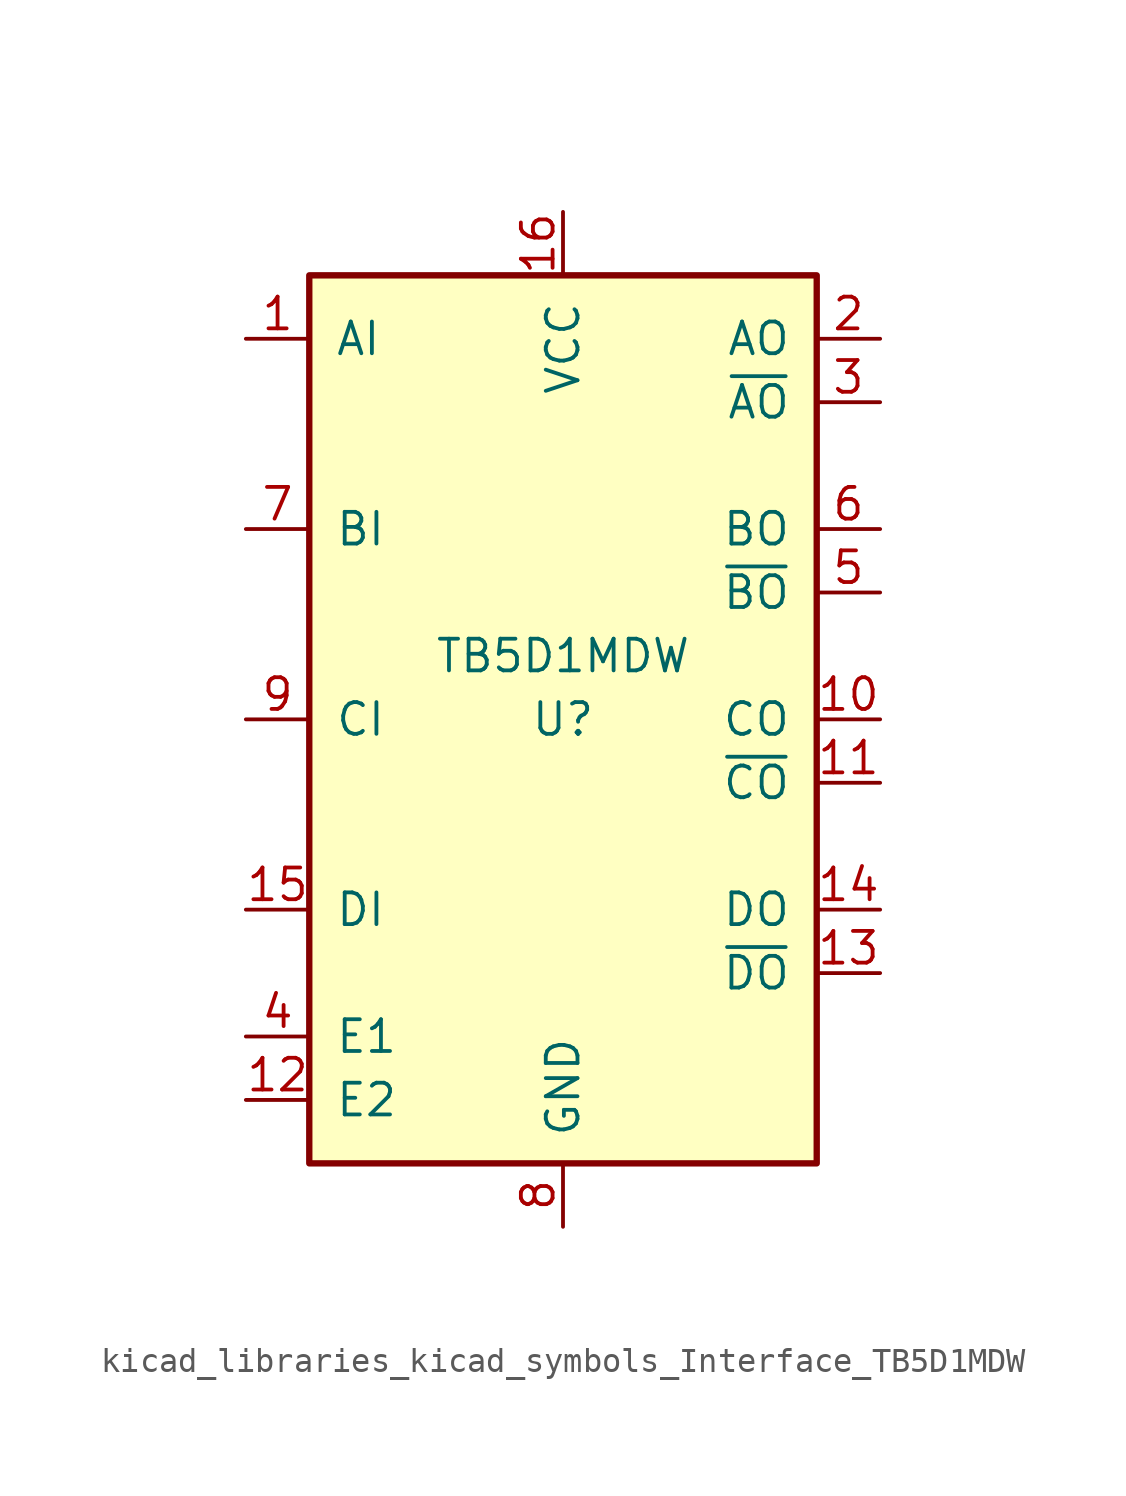
<source format=kicad_sym>
(kicad_symbol_lib
  (version 20220914)
  (generator kicad_symbol_editor)
  (symbol "kicad_libraries_kicad_symbols_Interface_TB5D1MDW"
    (pin_names
      (offset 1.016))
    (property "Reference" "U"
      (at 0 0 0)
      (effects (font (size 1.27 1.27))))
    (property "Value" "TB5D1MDW"
      (at 0 2.54 0)
      (effects (font (size 1.27 1.27))))
    (symbol "kicad_libraries_kicad_symbols_Interface_TB5D1MDW_0_1"
      (rectangle (start -10.16 -17.78) (end 10.16 17.78) (stroke (width 0.254) (type default)) (fill (type background))))
    (symbol "kicad_libraries_kicad_symbols_Interface_TB5D1MDW_1_1"
      (pin input line (at -12.7 15.24 0) (length 2.54) (name "AI" (effects (font (size 1.27 1.27)))) (number "1" (effects (font (size 1.27 1.27)))))
      (pin output line (at 12.7 0 180) (length 2.54) (name "CO" (effects (font (size 1.27 1.27)))) (number "10" (effects (font (size 1.27 1.27)))))
      (pin output line (at 12.7 -2.54 180) (length 2.54) (name "~{CO}" (effects (font (size 1.27 1.27)))) (number "11" (effects (font (size 1.27 1.27)))))
      (pin input line (at -12.7 -15.24 0) (length 2.54) (name "E2" (effects (font (size 1.27 1.27)))) (number "12" (effects (font (size 1.27 1.27)))))
      (pin output line (at 12.7 -10.16 180) (length 2.54) (name "~{DO}" (effects (font (size 1.27 1.27)))) (number "13" (effects (font (size 1.27 1.27)))))
      (pin output line (at 12.7 -7.62 180) (length 2.54) (name "DO" (effects (font (size 1.27 1.27)))) (number "14" (effects (font (size 1.27 1.27)))))
      (pin input line (at -12.7 -7.62 0) (length 2.54) (name "DI" (effects (font (size 1.27 1.27)))) (number "15" (effects (font (size 1.27 1.27)))))
      (pin power_in line (at 0 20.32 270) (length 2.54) (name "VCC" (effects (font (size 1.27 1.27)))) (number "16" (effects (font (size 1.27 1.27)))))
      (pin output line (at 12.7 15.24 180) (length 2.54) (name "AO" (effects (font (size 1.27 1.27)))) (number "2" (effects (font (size 1.27 1.27)))))
      (pin output line (at 12.7 12.7 180) (length 2.54) (name "~{AO}" (effects (font (size 1.27 1.27)))) (number "3" (effects (font (size 1.27 1.27)))))
      (pin input line (at -12.7 -12.7 0) (length 2.54) (name "E1" (effects (font (size 1.27 1.27)))) (number "4" (effects (font (size 1.27 1.27)))))
      (pin output line (at 12.7 5.08 180) (length 2.54) (name "~{BO}" (effects (font (size 1.27 1.27)))) (number "5" (effects (font (size 1.27 1.27)))))
      (pin output line (at 12.7 7.62 180) (length 2.54) (name "BO" (effects (font (size 1.27 1.27)))) (number "6" (effects (font (size 1.27 1.27)))))
      (pin input line (at -12.7 7.62 0) (length 2.54) (name "BI" (effects (font (size 1.27 1.27)))) (number "7" (effects (font (size 1.27 1.27)))))
      (pin power_in line (at 0 -20.32 90) (length 2.54) (name "GND" (effects (font (size 1.27 1.27)))) (number "8" (effects (font (size 1.27 1.27)))))
      (pin input line (at -12.7 0 0) (length 2.54) (name "CI" (effects (font (size 1.27 1.27)))) (number "9" (effects (font (size 1.27 1.27))))))))
</source>
